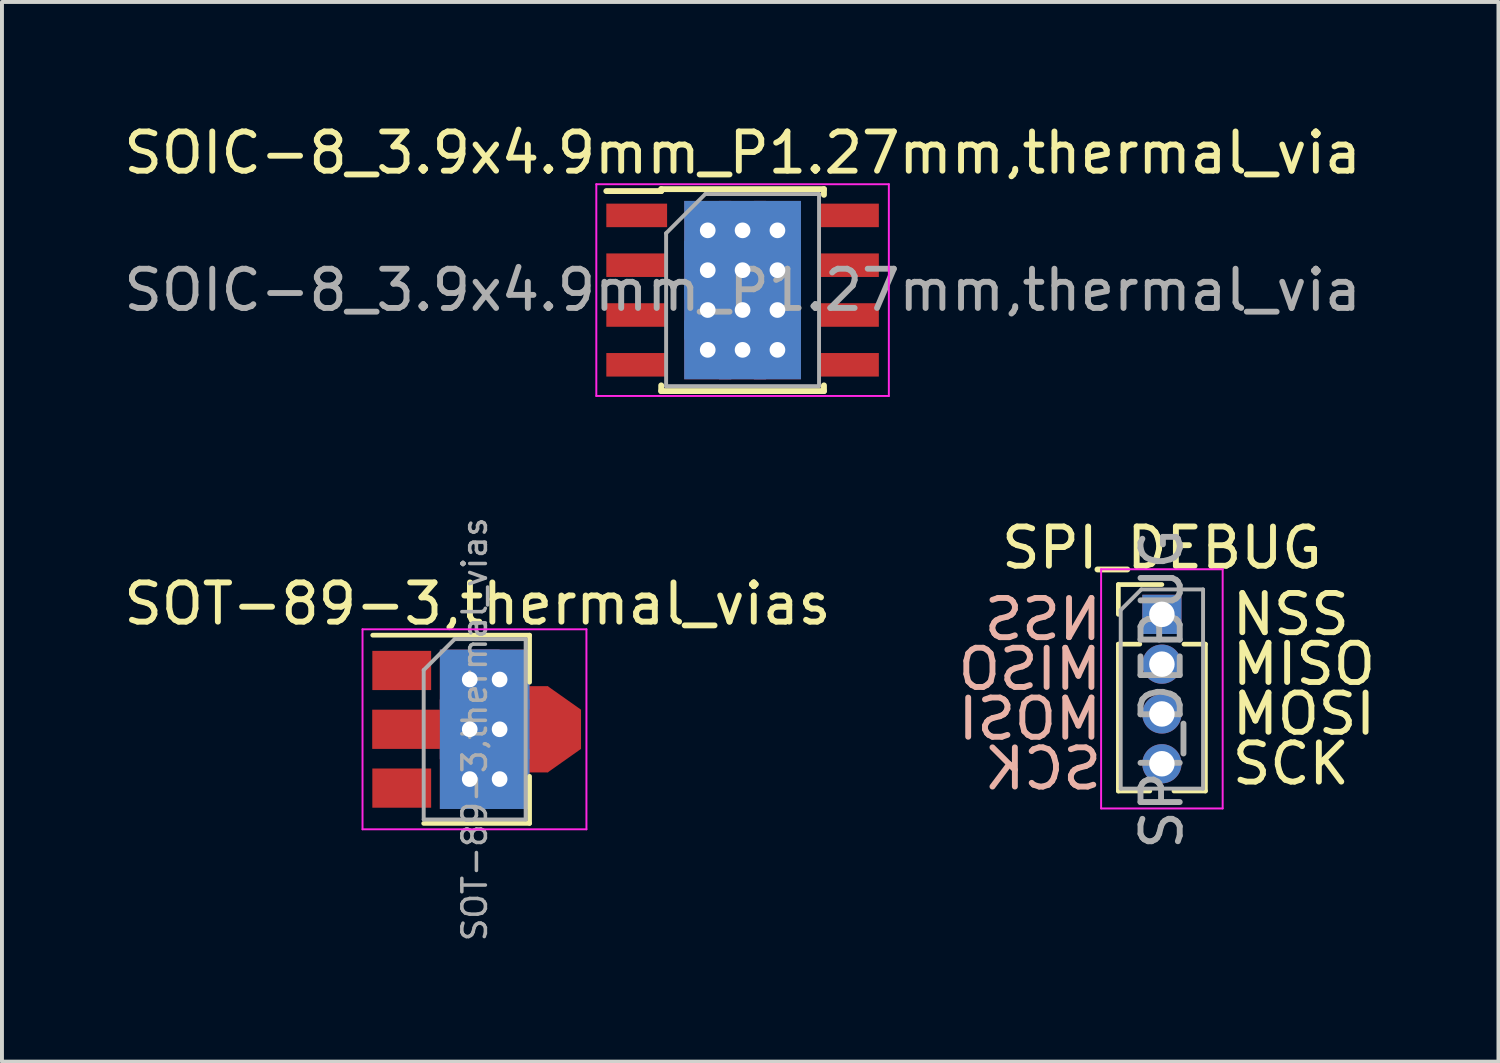
<source format=kicad_pcb>
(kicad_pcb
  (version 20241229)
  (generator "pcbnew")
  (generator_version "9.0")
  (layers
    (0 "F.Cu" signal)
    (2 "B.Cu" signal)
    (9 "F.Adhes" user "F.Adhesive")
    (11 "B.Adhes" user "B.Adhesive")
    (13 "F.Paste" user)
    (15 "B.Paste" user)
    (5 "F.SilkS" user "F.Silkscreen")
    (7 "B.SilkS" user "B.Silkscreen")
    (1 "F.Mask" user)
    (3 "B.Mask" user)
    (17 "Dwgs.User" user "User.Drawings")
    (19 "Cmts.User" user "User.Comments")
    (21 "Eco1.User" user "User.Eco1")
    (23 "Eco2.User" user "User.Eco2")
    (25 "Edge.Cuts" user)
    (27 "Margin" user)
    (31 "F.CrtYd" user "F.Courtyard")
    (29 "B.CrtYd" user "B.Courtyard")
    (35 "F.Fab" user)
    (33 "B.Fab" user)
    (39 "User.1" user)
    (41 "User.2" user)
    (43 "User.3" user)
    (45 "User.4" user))
  (footprint "SPI_DEBUG"
    (layer "F.Cu")
    (at 26.58 12.617)
    (property "Reference" "SPI_DEBUG" (at 0 -1.695 0) (layer "F.SilkS") (effects (font (size 1 1) (thickness 0.15))))
    (attr through_hole)
    (fp_line (start -1.11 -0.76) (end 0 -0.76) (stroke (width 0.12) (type solid)) (layer "F.SilkS"))
    (fp_line (start -1.11 0) (end -1.11 -0.76) (stroke (width 0.12) (type solid)) (layer "F.SilkS"))
    (fp_line (start -1.11 0.76) (end -1.11 4.505) (stroke (width 0.12) (type solid)) (layer "F.SilkS"))
    (fp_line (start -1.11 0.76) (end -0.563 0.76) (stroke (width 0.12) (type solid)) (layer "F.SilkS"))
    (fp_line (start -1.11 4.505) (end -0.308 4.505) (stroke (width 0.12) (type solid)) (layer "F.SilkS"))
    (fp_line (start 0.308 4.505) (end 1.11 4.505) (stroke (width 0.12) (type solid)) (layer "F.SilkS"))
    (fp_line (start 0.563 0.76) (end 1.11 0.76) (stroke (width 0.12) (type solid)) (layer "F.SilkS"))
    (fp_line (start 1.11 0.76) (end 1.11 4.505) (stroke (width 0.12) (type solid)) (layer "F.SilkS"))
    (fp_line (start -1.55 -1.15) (end -1.55 4.95) (stroke (width 0.05) (type solid)) (layer "F.CrtYd"))
    (fp_line (start -1.55 4.95) (end 1.55 4.95) (stroke (width 0.05) (type solid)) (layer "F.CrtYd"))
    (fp_line (start 1.55 -1.15) (end -1.55 -1.15) (stroke (width 0.05) (type solid)) (layer "F.CrtYd"))
    (fp_line (start 1.55 4.95) (end 1.55 -1.15) (stroke (width 0.05) (type solid)) (layer "F.CrtYd"))
    (fp_line (start -1.05 -0.11) (end -0.525 -0.635) (stroke (width 0.1) (type solid)) (layer "F.Fab"))
    (fp_line (start -1.05 4.445) (end -1.05 -0.11) (stroke (width 0.1) (type solid)) (layer "F.Fab"))
    (fp_line (start -0.525 -0.635) (end 1.05 -0.635) (stroke (width 0.1) (type solid)) (layer "F.Fab"))
    (fp_line (start 1.05 -0.635) (end 1.05 4.445) (stroke (width 0.1) (type solid)) (layer "F.Fab"))
    (fp_line (start 1.05 4.445) (end -1.05 4.445) (stroke (width 0.1) (type solid)) (layer "F.Fab"))
    (fp_text user "MISO" (at 1.714 1.27 0) (layer "F.SilkS") (effects (font (size 1 1) (thickness 0.15)) (justify left)))
    (fp_text user "MOSI" (at 1.714 2.54 0) (layer "F.SilkS") (effects (font (size 1 1) (thickness 0.15)) (justify left)))
    (fp_text user "SCK" (at 1.714 3.81 0) (layer "F.SilkS") (effects (font (size 1 1) (thickness 0.15)) (justify left)))
    (fp_text user "NSS" (at 1.714 0 0) (layer "F.SilkS") (effects (font (size 1 1) (thickness 0.15)) (justify left)))
    (fp_text user "NSS" (at -1.46 0.127 0) (layer "B.SilkS") (effects (font (size 1 1) (thickness 0.15)) (justify left mirror)))
    (fp_text user "MOSI" (at -1.46 2.667 0) (layer "B.SilkS") (effects (font (size 1 1) (thickness 0.15)) (justify left mirror)))
    (fp_text user "SCK" (at -1.46 3.937 0) (layer "B.SilkS") (effects (font (size 1 1) (thickness 0.15)) (justify left mirror)))
    (fp_text user "MISO" (at -1.46 1.397 0) (layer "B.SilkS") (effects (font (size 1 1) (thickness 0.15)) (justify left mirror)))
    (fp_text user "${REFERENCE}" (at 0 1.905 90) (layer "F.Fab") (effects (font (size 1 1) (thickness 0.15))))
    (pad "MISO" thru_hole oval (at 0 1.27) (size 1 1) (drill 0.65) (layers "*.Cu" "*.Mask"))
    (pad "MOSI" thru_hole oval (at 0 2.54) (size 1 1) (drill 0.65) (layers "*.Cu" "*.Mask"))
    (pad "NSS" thru_hole rect (at 0 0) (size 1 1) (drill 0.65) (layers "*.Cu" "*.Mask"))
    (pad "SCK" thru_hole oval (at 0 3.81) (size 1 1) (drill 0.65) (layers "*.Cu" "*.Mask")))
  (footprint "SOT-89-3,thermal_vias"
    (layer "F.Cu")
    (at 8.675 15.548)
    (property "Reference" "SOT-89-3,thermal_vias" (at 0.45 -3.2 0) (layer "F.SilkS") (effects (font (size 1 1) (thickness 0.15))))
    (attr smd)
    (fp_line (start -2.22 -2.4) (end 1.78 -2.4) (stroke (width 0.12) (type solid)) (layer "F.SilkS"))
    (fp_line (start 1.78 -2.4) (end 1.78 -1.2) (stroke (width 0.12) (type solid)) (layer "F.SilkS"))
    (fp_line (start 1.78 1.2) (end 1.78 2.4) (stroke (width 0.12) (type solid)) (layer "F.SilkS"))
    (fp_line (start 1.78 2.4) (end -0.92 2.4) (stroke (width 0.12) (type solid)) (layer "F.SilkS"))
    (fp_line (start -2.48 2.55) (end -2.48 -2.55) (stroke (width 0.05) (type solid)) (layer "F.CrtYd"))
    (fp_line (start -2.48 2.55) (end 3.23 2.55) (stroke (width 0.05) (type solid)) (layer "F.CrtYd"))
    (fp_line (start 3.23 -2.55) (end -2.48 -2.55) (stroke (width 0.05) (type solid)) (layer "F.CrtYd"))
    (fp_line (start 3.23 -2.55) (end 3.23 2.55) (stroke (width 0.05) (type solid)) (layer "F.CrtYd"))
    (fp_line (start -0.92 -1.51) (end -0.13 -2.3) (stroke (width 0.1) (type solid)) (layer "F.Fab"))
    (fp_line (start -0.92 2.3) (end -0.92 -1.51) (stroke (width 0.1) (type solid)) (layer "F.Fab"))
    (fp_line (start -0.13 -2.3) (end 1.68 -2.3) (stroke (width 0.1) (type solid)) (layer "F.Fab"))
    (fp_line (start 1.68 -2.3) (end 1.68 2.3) (stroke (width 0.1) (type solid)) (layer "F.Fab"))
    (fp_line (start 1.68 2.3) (end -0.92 2.3) (stroke (width 0.1) (type solid)) (layer "F.Fab"))
    (fp_text user "${REFERENCE}" (at 0.38 0 90) (layer "F.Fab") (effects (font (size 0.6 0.6) (thickness 0.09))))
    (pad "1" smd rect (at -1.48 -1.5 270) (size 1 1.5) (layers "F.Cu" "F.Mask" "F.Paste"))
    (pad "2" smd rect (at -1.333 0 270) (size 1 1.8) (layers "F.Cu" "F.Mask" "F.Paste"))
    (pad "2" smd trapezoid (at -0.076 0 90) (size 1.5 1) (rect_delta 0 0.7) (layers "F.Cu" "F.Mask" "F.Paste"))
    (pad "2" thru_hole rect (at 0.254 -1.27) (size 1.524 1.524) (drill 0.4) (layers "*.Cu" "F.Mask"))
    (pad "2" thru_hole rect (at 0.254 0) (size 1.524 1.524) (drill 0.4) (layers "*.Cu" "F.Mask"))
    (pad "2" thru_hole rect (at 0.254 1.27) (size 1.524 1.524) (drill 0.4) (layers "*.Cu" "F.Mask"))
    (pad "2" thru_hole rect (at 1.016 -1.27) (size 1.524 1.524) (drill 0.4) (layers "*.Cu" "F.Mask"))
    (pad "2" thru_hole rect (at 1.016 0) (size 1.524 1.524) (drill 0.4) (layers "*.Cu" "F.Mask"))
    (pad "2" thru_hole rect (at 1.016 1.27) (size 1.524 1.524) (drill 0.4) (layers "*.Cu" "F.Mask"))
    (pad "2" smd rect (at 1.333 0 270) (size 2.2 1.84) (layers "F.Cu" "F.Mask" "F.Paste"))
    (pad "2" smd trapezoid (at 2.667 0 270) (size 1.6 0.85) (rect_delta 0 0.6) (layers "F.Cu" "F.Mask" "F.Paste"))
    (pad "3" smd rect (at -1.48 1.5 270) (size 1 1.5) (layers "F.Cu" "F.Mask" "F.Paste")))
  (footprint "SOIC-8_3.9x4.9mm_P1.27mm,thermal_via"
    (layer "F.Cu")
    (at 15.887 4.348)
    (property "Reference" "SOIC-8_3.9x4.9mm_P1.27mm,thermal_via" (at 0 -3.5 0) (layer "F.SilkS") (effects (font (size 1 1) (thickness 0.15))))
    (attr smd)
    (fp_line (start -2.075 -2.575) (end -2.075 -2.525) (stroke (width 0.15) (type solid)) (layer "F.SilkS"))
    (fp_line (start -2.075 -2.575) (end 2.075 -2.575) (stroke (width 0.15) (type solid)) (layer "F.SilkS"))
    (fp_line (start -2.075 -2.525) (end -3.475 -2.525) (stroke (width 0.15) (type solid)) (layer "F.SilkS"))
    (fp_line (start -2.075 2.575) (end -2.075 2.43) (stroke (width 0.15) (type solid)) (layer "F.SilkS"))
    (fp_line (start -2.075 2.575) (end 2.075 2.575) (stroke (width 0.15) (type solid)) (layer "F.SilkS"))
    (fp_line (start 2.075 -2.575) (end 2.075 -2.43) (stroke (width 0.15) (type solid)) (layer "F.SilkS"))
    (fp_line (start 2.075 2.575) (end 2.075 2.43) (stroke (width 0.15) (type solid)) (layer "F.SilkS"))
    (fp_line (start -3.73 -2.7) (end -3.73 2.7) (stroke (width 0.05) (type solid)) (layer "F.CrtYd"))
    (fp_line (start -3.73 -2.7) (end 3.73 -2.7) (stroke (width 0.05) (type solid)) (layer "F.CrtYd"))
    (fp_line (start -3.73 2.7) (end 3.73 2.7) (stroke (width 0.05) (type solid)) (layer "F.CrtYd"))
    (fp_line (start 3.73 -2.7) (end 3.73 2.7) (stroke (width 0.05) (type solid)) (layer "F.CrtYd"))
    (fp_line (start -1.95 -1.45) (end -0.95 -2.45) (stroke (width 0.1) (type solid)) (layer "F.Fab"))
    (fp_line (start -1.95 2.45) (end -1.95 -1.45) (stroke (width 0.1) (type solid)) (layer "F.Fab"))
    (fp_line (start -0.95 -2.45) (end 1.95 -2.45) (stroke (width 0.1) (type solid)) (layer "F.Fab"))
    (fp_line (start 1.95 -2.45) (end 1.95 2.45) (stroke (width 0.1) (type solid)) (layer "F.Fab"))
    (fp_line (start 1.95 2.45) (end -1.95 2.45) (stroke (width 0.1) (type solid)) (layer "F.Fab"))
    (fp_text user "${REFERENCE}" (at 0 0 0) (layer "F.Fab") (effects (font (size 1 1) (thickness 0.15))))
    (pad "" thru_hole rect (at -0.889 -1.524) (size 1.2 1.5) (drill 0.4) (layers "*.Cu" "*.Mask"))
    (pad "" thru_hole rect (at -0.889 -0.508) (size 1.2 1.5) (drill 0.4) (layers "*.Cu" "*.Mask"))
    (pad "" thru_hole rect (at -0.889 0.508) (size 1.2 1.5) (drill 0.4) (layers "*.Cu" "*.Mask"))
    (pad "" thru_hole rect (at -0.889 1.524) (size 1.2 1.5) (drill 0.4) (layers "*.Cu" "*.Mask"))
    (pad "" thru_hole rect (at 0 -1.524) (size 1.2 1.5) (drill 0.4) (layers "*.Cu" "*.Mask"))
    (pad "" thru_hole rect (at 0 -0.508) (size 1.2 1.5) (drill 0.4) (layers "*.Cu" "*.Mask"))
    (pad "" thru_hole rect (at 0 0.508) (size 1.2 1.5) (drill 0.4) (layers "*.Cu" "*.Mask"))
    (pad "" thru_hole rect (at 0 1.524) (size 1.2 1.5) (drill 0.4) (layers "*.Cu" "*.Mask"))
    (pad "" thru_hole rect (at 0.889 -1.524) (size 1.2 1.5) (drill 0.4) (layers "*.Cu" "*.Mask"))
    (pad "" thru_hole rect (at 0.889 -0.508) (size 1.2 1.5) (drill 0.4) (layers "*.Cu" "*.Mask"))
    (pad "" thru_hole rect (at 0.889 0.508) (size 1.2 1.5) (drill 0.4) (layers "*.Cu" "*.Mask"))
    (pad "" thru_hole rect (at 0.889 1.524) (size 1.2 1.5) (drill 0.4) (layers "*.Cu" "*.Mask"))
    (pad "1" smd rect (at -2.7 -1.905) (size 1.55 0.6) (layers "F.Cu" "F.Mask" "F.Paste"))
    (pad "2" smd rect (at -2.7 -0.635) (size 1.55 0.6) (layers "F.Cu" "F.Mask" "F.Paste"))
    (pad "3" smd rect (at -2.7 0.635) (size 1.55 0.6) (layers "F.Cu" "F.Mask" "F.Paste"))
    (pad "4" smd rect (at -2.7 1.905) (size 1.55 0.6) (layers "F.Cu" "F.Mask" "F.Paste"))
    (pad "5" smd rect (at 2.7 1.905) (size 1.55 0.6) (layers "F.Cu" "F.Mask" "F.Paste"))
    (pad "6" smd rect (at 2.7 0.635) (size 1.55 0.6) (layers "F.Cu" "F.Mask" "F.Paste"))
    (pad "7" smd rect (at 2.7 -0.635) (size 1.55 0.6) (layers "F.Cu" "F.Mask" "F.Paste"))
    (pad "8" smd rect (at 2.7 -1.905) (size 1.55 0.6) (layers "F.Cu" "F.Mask" "F.Paste")))
  (gr_rect
    (start -3 -3)
    (end 35.163 24.023)
    (stroke (width 0.1) (type default))
    (fill no)
    (layer "Edge.Cuts")))
</source>
